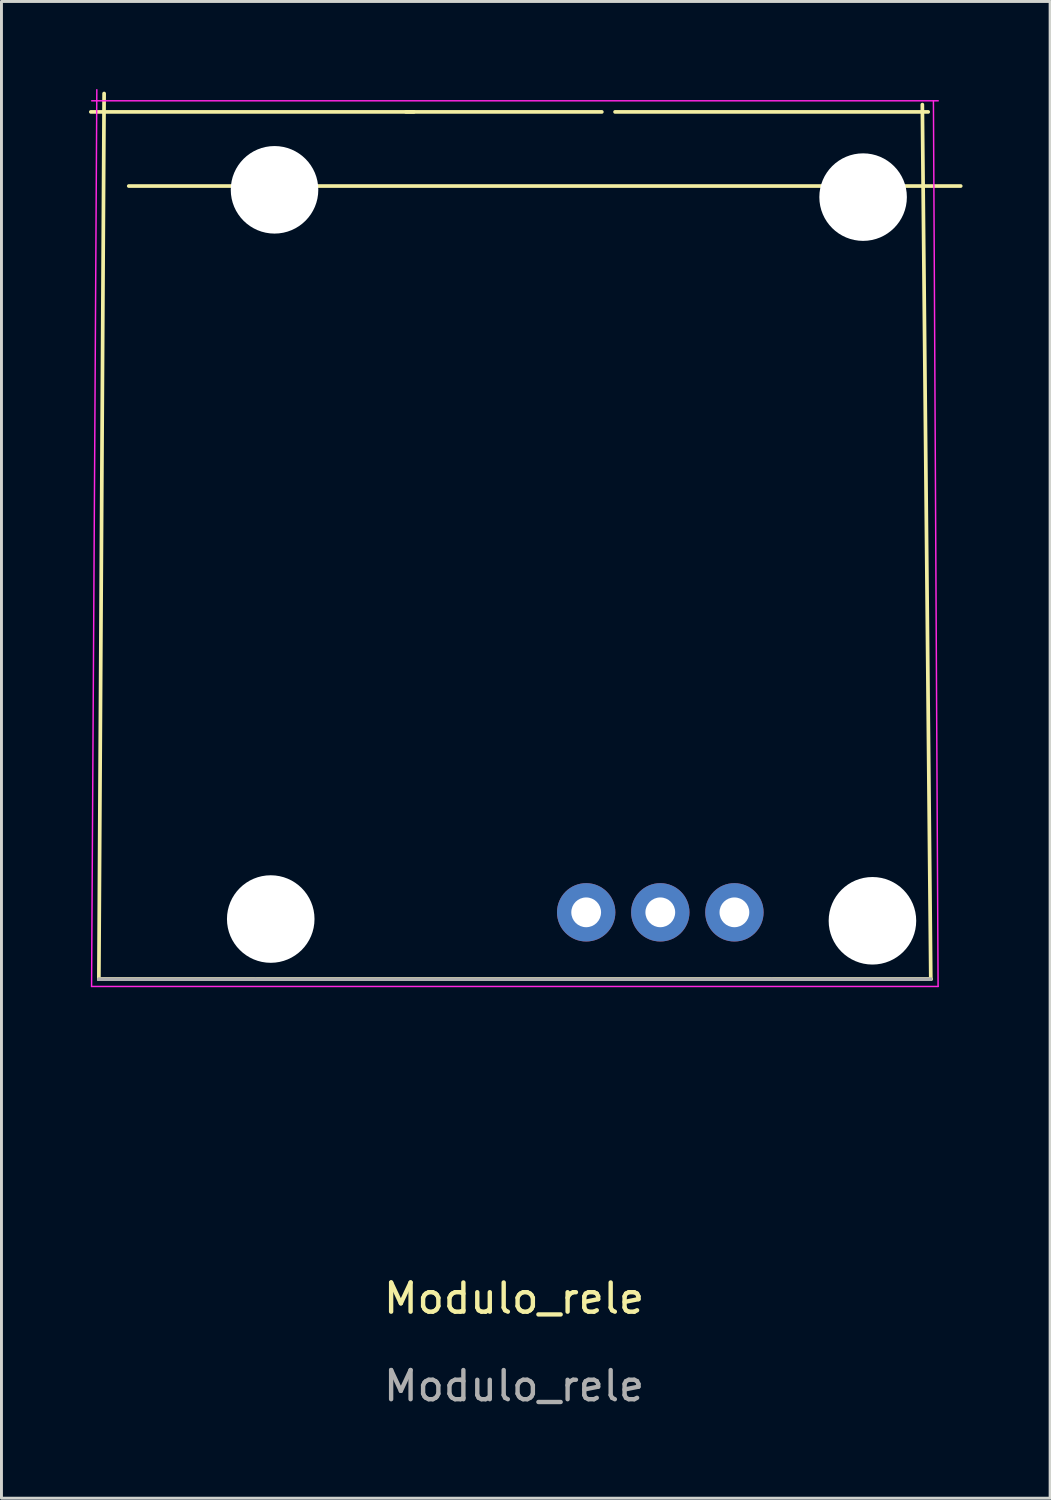
<source format=kicad_pcb>
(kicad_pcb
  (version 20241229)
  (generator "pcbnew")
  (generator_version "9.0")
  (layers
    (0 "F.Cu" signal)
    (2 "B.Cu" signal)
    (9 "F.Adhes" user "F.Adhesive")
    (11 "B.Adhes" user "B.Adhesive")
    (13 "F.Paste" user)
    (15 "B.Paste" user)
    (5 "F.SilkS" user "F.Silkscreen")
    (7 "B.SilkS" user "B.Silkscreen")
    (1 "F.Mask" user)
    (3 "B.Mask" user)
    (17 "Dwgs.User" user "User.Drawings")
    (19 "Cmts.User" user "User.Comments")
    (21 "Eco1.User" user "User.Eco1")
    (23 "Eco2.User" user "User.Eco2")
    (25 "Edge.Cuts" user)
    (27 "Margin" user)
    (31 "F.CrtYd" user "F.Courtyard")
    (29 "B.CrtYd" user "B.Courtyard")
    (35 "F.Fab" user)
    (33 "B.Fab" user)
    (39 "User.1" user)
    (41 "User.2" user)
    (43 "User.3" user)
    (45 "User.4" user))
  (footprint "Modulo_rele"
    (layer "F.Cu")
    (at 14.568 41.945)
    (property "Reference" "Modulo_rele" (at 0 -0.5 0) (unlocked yes) (layer "F.SilkS") (effects (font (size 1 1) (thickness 0.15))))
    (attr smd)
    (fp_line (start -14.505 -41.16) (end -3.436 -41.16) (stroke (width 0.127) (type solid)) (layer "F.SilkS"))
    (fp_line (start -14.23 -11.44) (end -14.05 -41.79) (stroke (width 0.127) (type solid)) (layer "F.SilkS"))
    (fp_line (start -14.23 -11.44) (end -8.86 -11.44) (stroke (width 0.127) (type solid)) (layer "F.SilkS"))
    (fp_line (start -13.205 -38.62) (end 15.305 -38.62) (stroke (width 0.127) (type solid)) (layer "F.SilkS"))
    (fp_line (start -8.86 -11.44) (end 8.83 -11.44) (stroke (width 0.127) (type solid)) (layer "F.SilkS"))
    (fp_line (start -3.705 -41.16) (end 3.006 -41.16) (stroke (width 0.127) (type solid)) (layer "F.SilkS"))
    (fp_line (start 3.46 -41.16) (end 14.19 -41.16) (stroke (width 0.127) (type solid)) (layer "F.SilkS"))
    (fp_line (start 8.83 -11.44) (end 14.28 -11.44) (stroke (width 0.127) (type solid)) (layer "F.SilkS"))
    (fp_line (start 13.99 -41.41) (end 14.28 -11.44) (stroke (width 0.127) (type solid)) (layer "F.SilkS"))
    (fp_line (start 14.28 -11.44) (end -14.23 -11.44) (stroke (width 0.127) (type solid)) (layer "F.SilkS"))
    (fp_line (start -14.48 -11.19) (end 14.53 -11.19) (stroke (width 0.05) (type solid)) (layer "F.CrtYd"))
    (fp_line (start -14.3 -41.92) (end -14.48 -11.19) (stroke (width 0.05) (type solid)) (layer "F.CrtYd"))
    (fp_line (start 14.53 -11.19) (end 14.37 -41.54) (stroke (width 0.05) (type solid)) (layer "F.CrtYd"))
    (fp_line (start 14.535 -41.54) (end -14.475 -41.54) (stroke (width 0.05) (type solid)) (layer "F.CrtYd"))
    (fp_line (start -14.23 -11.44) (end -8.86 -11.44) (stroke (width 0.127) (type solid)) (layer "F.Fab"))
    (fp_line (start -8.86 -11.44) (end 8.83 -11.44) (stroke (width 0.127) (type solid)) (layer "F.Fab"))
    (fp_line (start 8.83 -11.44) (end 14.28 -11.44) (stroke (width 0.127) (type solid)) (layer "F.Fab"))
    (fp_text user "${REFERENCE}" (at 0 2.5 0) (unlocked yes) (layer "F.Fab") (effects (font (size 1 1) (thickness 0.15))))
    (pad "" np_thru_hole circle (at -8.34 -13.5) (size 3 3) (drill 3) (layers "*.Cu" "*.Mask"))
    (pad "" np_thru_hole circle (at -8.21 -38.49) (size 3 3) (drill 3) (layers "*.Cu" "*.Mask"))
    (pad "" np_thru_hole circle (at 11.96 -38.24) (size 3 3) (drill 3) (layers "*.Cu" "*.Mask"))
    (pad "" np_thru_hole circle (at 12.28 -13.44) (size 3 3) (drill 3) (layers "*.Cu" "*.Mask"))
    (pad "1" thru_hole circle (at 2.47 -13.73 90) (size 2 2) (drill 1.02) (layers "*.Cu" "*.Mask"))
    (pad "2" thru_hole circle (at 5.01 -13.73 90) (size 2 2) (drill 1.02) (layers "*.Cu" "*.Mask"))
    (pad "3" thru_hole circle (at 7.55 -13.73 90) (size 2 2) (drill 1.02) (layers "*.Cu" "*.Mask")))
  (gr_rect
    (start -3 -3)
    (end 32.937 48.293)
    (stroke (width 0.1) (type default))
    (fill no)
    (layer "Edge.Cuts")))
</source>
